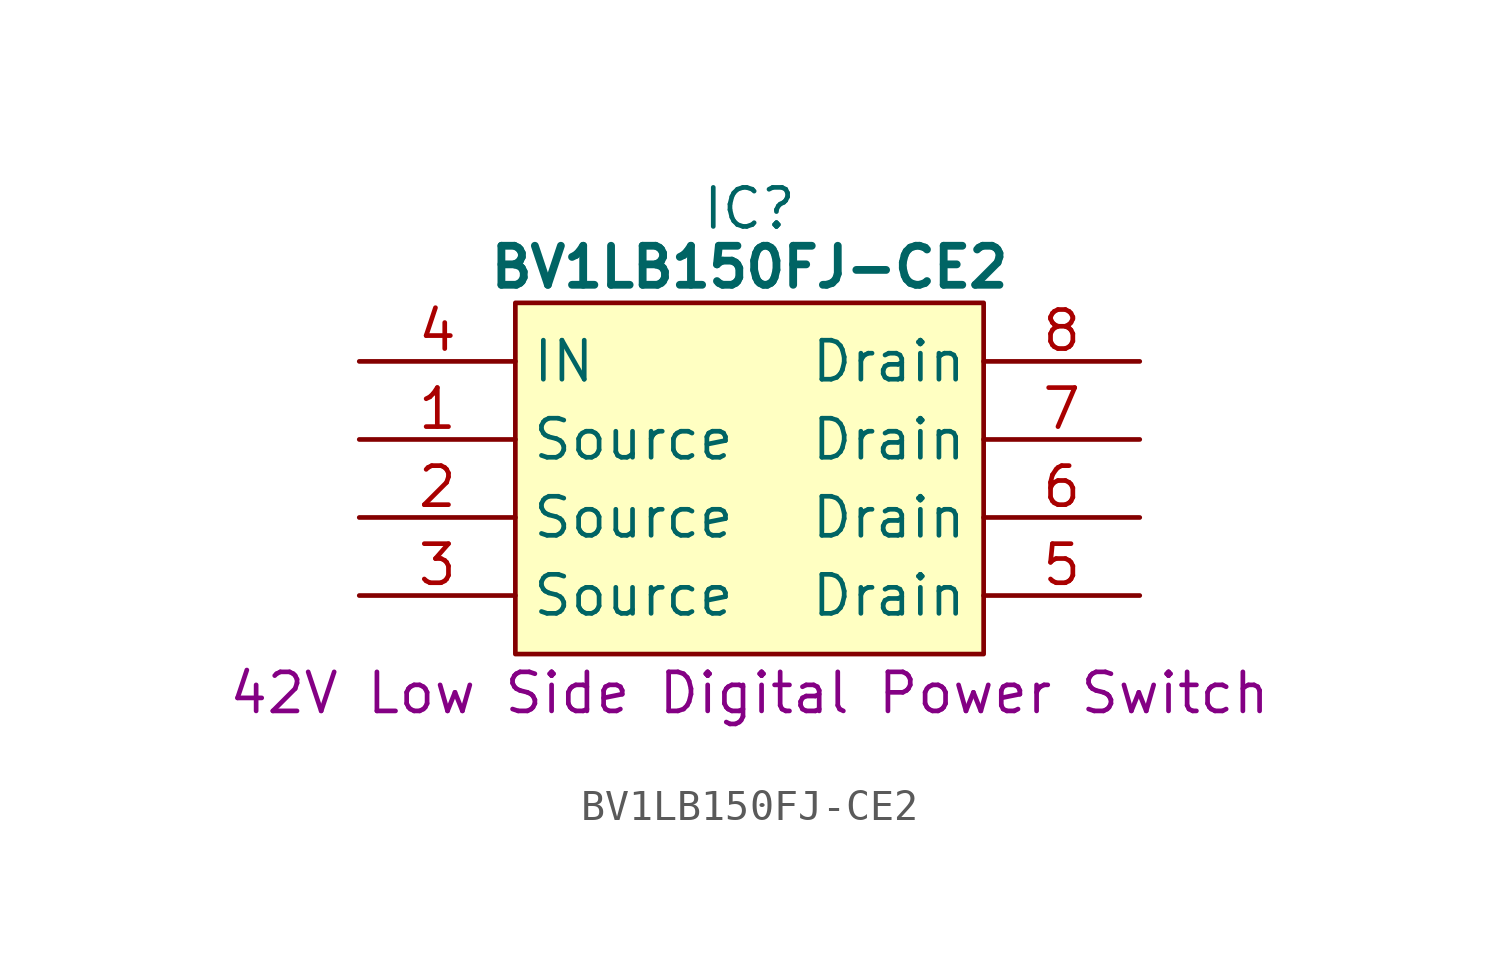
<source format=kicad_sym>
(kicad_symbol_lib
  (version 20231120)
  (generator "kicad_symbol_editor")
  (generator_version "8.0")
  (symbol "BV1LB150FJ-CE2"
    (property "Reference" "IC"
      (at 12.7 5.715 0)
      (effects (font (size 1.27 1.27)) (justify top)))
    (property "Value" "BV1LB150FJ-CE2"
      (at 12.7 3.81 0)
      (effects (font (size 1.27 1.27) (thickness 0.254) (bold yes)) (justify top)))
    (property "Description" "42V Low Side Digital Power Switch"
      (at 12.7 -10.795 0)
      (effects (font (size 1.27 1.27))))
    (symbol "BV1LB150FJ-CE2_0_1"
      (polyline (pts (xy 5.08 1.905) (xy 20.32 1.905) (xy 20.32 -9.525) (xy 5.08 -9.525) (xy 5.08 1.905)) (stroke (width 0) (type default)) (fill (type background))))
    (symbol "BV1LB150FJ-CE2_1_1"
      (pin passive line (at 0 -2.54 0) (length 5.08) (name "Source" (effects (font (size 1.27 1.27)))) (number "1" (effects (font (size 1.27 1.27)))))
      (pin passive line (at 0 -5.08 0) (length 5.08) (name "Source" (effects (font (size 1.27 1.27)))) (number "2" (effects (font (size 1.27 1.27)))))
      (pin passive line (at 0 -7.62 0) (length 5.08) (name "Source" (effects (font (size 1.27 1.27)))) (number "3" (effects (font (size 1.27 1.27)))))
      (pin input line (at 0 0 0) (length 5.08) (name "IN" (effects (font (size 1.27 1.27)))) (number "4" (effects (font (size 1.27 1.27)))))
      (pin passive line (at 25.4 -7.62 180) (length 5.08) (name "Drain" (effects (font (size 1.27 1.27)))) (number "5" (effects (font (size 1.27 1.27)))))
      (pin passive line (at 25.4 -5.08 180) (length 5.08) (name "Drain" (effects (font (size 1.27 1.27)))) (number "6" (effects (font (size 1.27 1.27)))))
      (pin passive line (at 25.4 -2.54 180) (length 5.08) (name "Drain" (effects (font (size 1.27 1.27)))) (number "7" (effects (font (size 1.27 1.27)))))
      (pin passive line (at 25.4 0 180) (length 5.08) (name "Drain" (effects (font (size 1.27 1.27)))) (number "8" (effects (font (size 1.27 1.27))))))))
</source>
